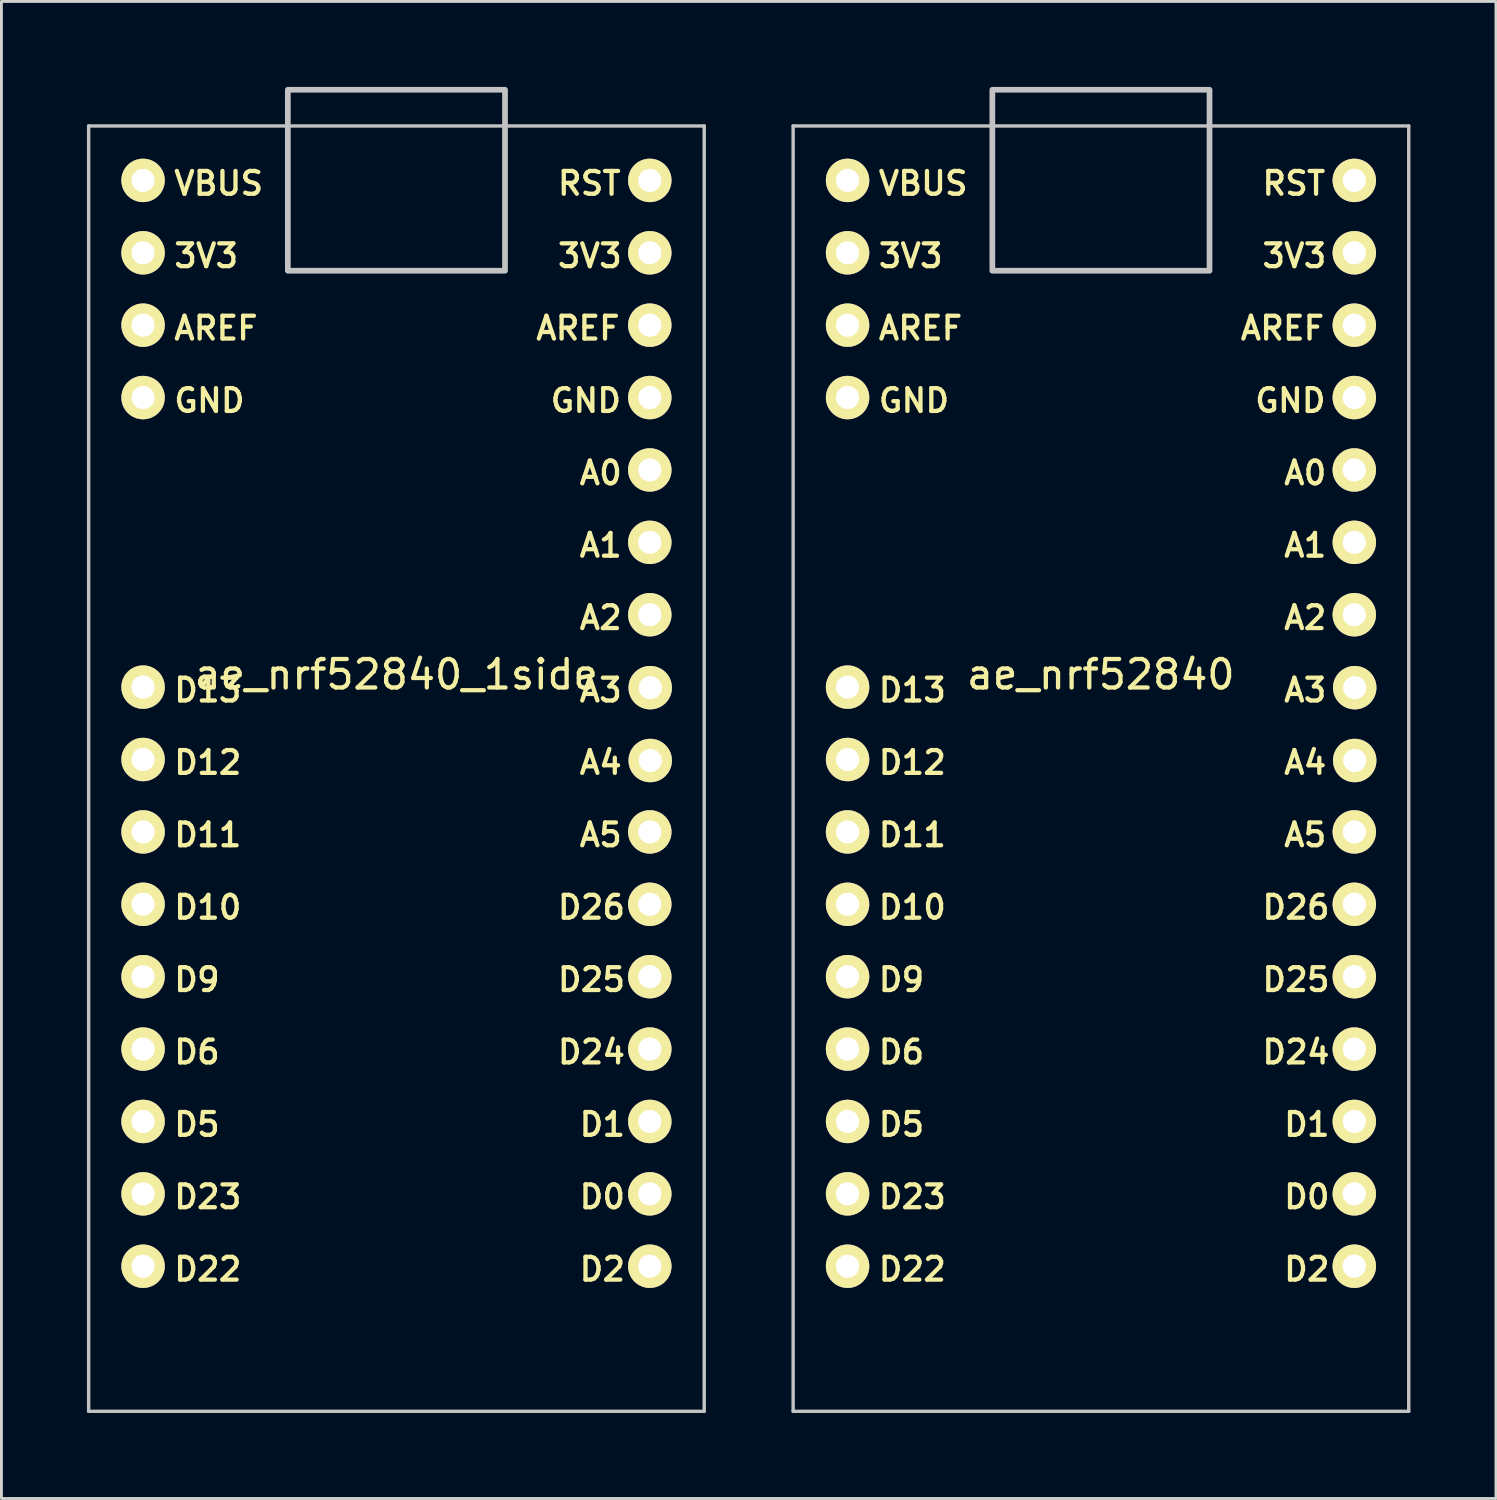
<source format=kicad_pcb>
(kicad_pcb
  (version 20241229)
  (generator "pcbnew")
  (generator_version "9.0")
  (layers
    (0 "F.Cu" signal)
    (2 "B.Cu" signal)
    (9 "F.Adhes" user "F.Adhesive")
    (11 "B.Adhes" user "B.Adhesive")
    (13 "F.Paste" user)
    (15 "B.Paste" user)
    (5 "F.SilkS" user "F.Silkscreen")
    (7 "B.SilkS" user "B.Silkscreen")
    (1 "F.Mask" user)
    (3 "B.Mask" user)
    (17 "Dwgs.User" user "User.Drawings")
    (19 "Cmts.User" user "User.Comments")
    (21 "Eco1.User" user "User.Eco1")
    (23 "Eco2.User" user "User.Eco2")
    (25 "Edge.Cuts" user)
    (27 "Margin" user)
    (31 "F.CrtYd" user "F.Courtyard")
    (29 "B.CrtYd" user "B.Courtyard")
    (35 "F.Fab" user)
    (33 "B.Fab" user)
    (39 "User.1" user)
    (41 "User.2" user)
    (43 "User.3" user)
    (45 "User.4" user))
  (footprint "ae_nrf52840"
    (layer "F.Cu")
    (at 35.575 22.396)
    (property "Reference" "ae_nrf52840" (at 0 -1.778 0) (unlocked yes) (layer "F.SilkS") (effects (font (size 1 1) (thickness 0.15))))
    (attr smd)
    (fp_line (start -10.795 -21.026) (end 10.805 -21.026) (stroke (width 0.12) (type default)) (layer "Dwgs.User"))
    (fp_line (start -10.795 24.074) (end -10.795 -21.026) (stroke (width 0.12) (type default)) (layer "Dwgs.User"))
    (fp_line (start 10.805 -21.026) (end 10.805 24.074) (stroke (width 0.12) (type default)) (layer "Dwgs.User"))
    (fp_line (start 10.805 24.074) (end -10.795 24.074) (stroke (width 0.12) (type default)) (layer "Dwgs.User"))
    (fp_rect (start 3.815 -15.946) (end -3.805 -22.296) (stroke (width 0.2) (type default)) (fill no) (layer "Dwgs.User"))
    (fp_text user "D0" (at 6.35 17.018 0) (unlocked yes) (layer "F.SilkS") (effects (font (size 0.8 0.8) (thickness 0.15)) (justify left bottom)))
    (fp_text user "D26" (at 5.588 6.858 0) (unlocked yes) (layer "F.SilkS") (effects (font (size 0.8 0.8) (thickness 0.15)) (justify left bottom)))
    (fp_text user "D22" (at -7.874 19.558 0) (unlocked yes) (layer "F.SilkS") (effects (font (size 0.8 0.8) (thickness 0.15)) (justify left bottom)))
    (fp_text user "D11" (at -7.874 4.318 0) (unlocked yes) (layer "F.SilkS") (effects (font (size 0.8 0.8) (thickness 0.15)) (justify left bottom)))
    (fp_text user "D6" (at -7.874 11.938 0) (unlocked yes) (layer "F.SilkS") (effects (font (size 0.8 0.8) (thickness 0.15)) (justify left bottom)))
    (fp_text user "D12" (at -7.874 1.778 0) (unlocked yes) (layer "F.SilkS") (effects (font (size 0.8 0.8) (thickness 0.15)) (justify left bottom)))
    (fp_text user "RST" (at 5.588 -18.542 0) (unlocked yes) (layer "F.SilkS") (effects (font (size 0.8 0.8) (thickness 0.15)) (justify left bottom)))
    (fp_text user "GND" (at 5.334 -10.922 0) (unlocked yes) (layer "F.SilkS") (effects (font (size 0.8 0.8) (thickness 0.15)) (justify left bottom)))
    (fp_text user "D2" (at 6.35 19.558 0) (unlocked yes) (layer "F.SilkS") (effects (font (size 0.8 0.8) (thickness 0.15)) (justify left bottom)))
    (fp_text user "3V3" (at 5.588 -16.002 0) (unlocked yes) (layer "F.SilkS") (effects (font (size 0.8 0.8) (thickness 0.15)) (justify left bottom)))
    (fp_text user "A0" (at 6.35 -8.382 0) (unlocked yes) (layer "F.SilkS") (effects (font (size 0.8 0.8) (thickness 0.15)) (justify left bottom)))
    (fp_text user "D1" (at 6.35 14.478 0) (unlocked yes) (layer "F.SilkS") (effects (font (size 0.8 0.8) (thickness 0.15)) (justify left bottom)))
    (fp_text user "D13" (at -7.874 -0.762 0) (unlocked yes) (layer "F.SilkS") (effects (font (size 0.8 0.8) (thickness 0.15)) (justify left bottom)))
    (fp_text user "D23" (at -7.874 17.018 0) (unlocked yes) (layer "F.SilkS") (effects (font (size 0.8 0.8) (thickness 0.15)) (justify left bottom)))
    (fp_text user "D10" (at -7.874 6.858 0) (unlocked yes) (layer "F.SilkS") (effects (font (size 0.8 0.8) (thickness 0.15)) (justify left bottom)))
    (fp_text user "A5" (at 6.35 4.318 0) (unlocked yes) (layer "F.SilkS") (effects (font (size 0.8 0.8) (thickness 0.15)) (justify left bottom)))
    (fp_text user "3V3" (at -7.874 -16.002 0) (unlocked yes) (layer "F.SilkS") (effects (font (size 0.8 0.8) (thickness 0.15)) (justify left bottom)))
    (fp_text user "VBUS" (at -7.874 -18.542 0) (unlocked yes) (layer "F.SilkS") (effects (font (size 0.8 0.8) (thickness 0.15)) (justify left bottom)))
    (fp_text user "A1" (at 6.35 -5.842 0) (unlocked yes) (layer "F.SilkS") (effects (font (size 0.8 0.8) (thickness 0.15)) (justify left bottom)))
    (fp_text user "GND" (at -7.874 -10.922 0) (unlocked yes) (layer "F.SilkS") (effects (font (size 0.8 0.8) (thickness 0.15)) (justify left bottom)))
    (fp_text user "AREF" (at 4.826 -13.462 0) (unlocked yes) (layer "F.SilkS") (effects (font (size 0.8 0.8) (thickness 0.15)) (justify left bottom)))
    (fp_text user "A4" (at 6.35 1.778 0) (unlocked yes) (layer "F.SilkS") (effects (font (size 0.8 0.8) (thickness 0.15)) (justify left bottom)))
    (fp_text user "D5" (at -7.874 14.478 0) (unlocked yes) (layer "F.SilkS") (effects (font (size 0.8 0.8) (thickness 0.15)) (justify left bottom)))
    (fp_text user "D25" (at 5.588 9.398 0) (unlocked yes) (layer "F.SilkS") (effects (font (size 0.8 0.8) (thickness 0.15)) (justify left bottom)))
    (fp_text user "AREF" (at -7.874 -13.462 0) (unlocked yes) (layer "F.SilkS") (effects (font (size 0.8 0.8) (thickness 0.15)) (justify left bottom)))
    (fp_text user "D24" (at 5.588 11.938 0) (unlocked yes) (layer "F.SilkS") (effects (font (size 0.8 0.8) (thickness 0.15)) (justify left bottom)))
    (fp_text user "A2" (at 6.35 -3.302 0) (unlocked yes) (layer "F.SilkS") (effects (font (size 0.8 0.8) (thickness 0.15)) (justify left bottom)))
    (fp_text user "D9" (at -7.874 9.398 0) (unlocked yes) (layer "F.SilkS") (effects (font (size 0.8 0.8) (thickness 0.15)) (justify left bottom)))
    (fp_text user "A3" (at 6.35 -0.762 0) (unlocked yes) (layer "F.SilkS") (effects (font (size 0.8 0.8) (thickness 0.15)) (justify left bottom)))
    (pad "1" thru_hole circle (at 8.895 -19.116 180) (size 1.524 1.524) (drill 0.813) (layers "*.Cu" "B.Mask" "F.SilkS"))
    (pad "2" thru_hole circle (at 8.895 -16.576 180) (size 1.524 1.524) (drill 0.813) (layers "*.Cu" "B.Mask" "F.SilkS"))
    (pad "3" thru_hole circle (at 8.895 -14.036 180) (size 1.524 1.524) (drill 0.813) (layers "*.Cu" "B.Mask" "F.SilkS"))
    (pad "4" thru_hole circle (at 8.895 -11.496 180) (size 1.524 1.524) (drill 0.813) (layers "*.Cu" "B.Mask" "F.SilkS"))
    (pad "5" thru_hole circle (at 8.895 -8.956 180) (size 1.524 1.524) (drill 0.813) (layers "*.Cu" "B.Mask" "F.SilkS"))
    (pad "6" thru_hole circle (at 8.895 -6.416 180) (size 1.524 1.524) (drill 0.813) (layers "*.Cu" "B.Mask" "F.SilkS"))
    (pad "7" thru_hole circle (at 8.895 -3.876 180) (size 1.524 1.524) (drill 0.813) (layers "*.Cu" "B.Mask" "F.SilkS"))
    (pad "8" thru_hole circle (at 8.91 -1.317 180) (size 1.524 1.524) (drill 0.813) (layers "*.Cu" "B.Mask" "F.SilkS"))
    (pad "9" thru_hole circle (at 8.91 1.239 180) (size 1.524 1.524) (drill 0.813) (layers "*.Cu" "B.Mask" "F.SilkS"))
    (pad "10" thru_hole circle (at 8.895 3.744 180) (size 1.524 1.524) (drill 0.813) (layers "*.Cu" "B.Mask" "F.SilkS"))
    (pad "11" thru_hole circle (at 8.895 6.284 180) (size 1.524 1.524) (drill 0.813) (layers "*.Cu" "B.Mask" "F.SilkS"))
    (pad "12" thru_hole circle (at 8.895 8.824 180) (size 1.524 1.524) (drill 0.813) (layers "*.Cu" "B.Mask" "F.SilkS"))
    (pad "13" thru_hole circle (at 8.895 11.364 180) (size 1.524 1.524) (drill 0.813) (layers "*.Cu" "B.Mask" "F.SilkS"))
    (pad "14" thru_hole circle (at 8.895 13.904 180) (size 1.524 1.524) (drill 0.813) (layers "*.Cu" "B.Mask" "F.SilkS"))
    (pad "15" thru_hole circle (at 8.895 16.444 180) (size 1.524 1.524) (drill 0.813) (layers "*.Cu" "B.Mask" "F.SilkS"))
    (pad "16" thru_hole circle (at 8.895 18.984 180) (size 1.524 1.524) (drill 0.813) (layers "*.Cu" "B.Mask" "F.SilkS"))
    (pad "17" thru_hole circle (at -8.885 -19.116 180) (size 1.524 1.524) (drill 0.813) (layers "*.Cu" "B.Mask" "F.SilkS"))
    (pad "18" thru_hole circle (at -8.885 -16.576 180) (size 1.524 1.524) (drill 0.813) (layers "*.Cu" "B.Mask" "F.SilkS"))
    (pad "19" thru_hole circle (at -8.885 -14.036 180) (size 1.524 1.524) (drill 0.813) (layers "*.Cu" "B.Mask" "F.SilkS"))
    (pad "20" thru_hole circle (at -8.885 -11.496 180) (size 1.524 1.524) (drill 0.813) (layers "*.Cu" "B.Mask" "F.SilkS"))
    (pad "21" thru_hole circle (at -8.885 -1.336 180) (size 1.524 1.524) (drill 0.813) (layers "*.Cu" "B.Mask" "F.SilkS"))
    (pad "22" thru_hole circle (at -8.885 1.204 180) (size 1.524 1.524) (drill 0.813) (layers "*.Cu" "B.Mask" "F.SilkS"))
    (pad "23" thru_hole circle (at -8.885 3.744 180) (size 1.524 1.524) (drill 0.813) (layers "*.Cu" "B.Mask" "F.SilkS"))
    (pad "24" thru_hole circle (at -8.885 6.284 180) (size 1.524 1.524) (drill 0.813) (layers "*.Cu" "B.Mask" "F.SilkS"))
    (pad "25" thru_hole circle (at -8.885 8.824 180) (size 1.524 1.524) (drill 0.813) (layers "*.Cu" "B.Mask" "F.SilkS"))
    (pad "26" thru_hole circle (at -8.885 11.364 180) (size 1.524 1.524) (drill 0.813) (layers "*.Cu" "B.Mask" "F.SilkS"))
    (pad "27" thru_hole circle (at -8.885 13.904 180) (size 1.524 1.524) (drill 0.813) (layers "*.Cu" "B.Mask" "F.SilkS"))
    (pad "28" thru_hole circle (at -8.885 16.444 180) (size 1.524 1.524) (drill 0.813) (layers "*.Cu" "B.Mask" "F.SilkS"))
    (pad "29" thru_hole circle (at -8.885 18.984 180) (size 1.524 1.524) (drill 0.813) (layers "*.Cu" "B.Mask" "F.SilkS")))
  (footprint "ae_nrf52840_1side"
    (layer "F.Cu")
    (at 10.855 22.396)
    (property "Reference" "ae_nrf52840_1side" (at 0 -1.778 0) (unlocked yes) (layer "F.SilkS") (effects (font (size 1 1) (thickness 0.15))))
    (attr smd)
    (fp_line (start -10.795 -21.026) (end 10.805 -21.026) (stroke (width 0.12) (type default)) (layer "Dwgs.User"))
    (fp_line (start -10.795 24.074) (end -10.795 -21.026) (stroke (width 0.12) (type default)) (layer "Dwgs.User"))
    (fp_line (start 10.805 -21.026) (end 10.805 24.074) (stroke (width 0.12) (type default)) (layer "Dwgs.User"))
    (fp_line (start 10.805 24.074) (end -10.795 24.074) (stroke (width 0.12) (type default)) (layer "Dwgs.User"))
    (fp_rect (start 3.815 -15.946) (end -3.805 -22.296) (stroke (width 0.2) (type default)) (fill no) (layer "Dwgs.User"))
    (fp_text user "VBUS" (at -7.874 -18.542 0) (unlocked yes) (layer "F.SilkS") (effects (font (size 0.8 0.8) (thickness 0.15)) (justify left bottom)))
    (fp_text user "D22" (at -7.874 19.558 0) (unlocked yes) (layer "F.SilkS") (effects (font (size 0.8 0.8) (thickness 0.15)) (justify left bottom)))
    (fp_text user "D2" (at 6.35 19.558 0) (unlocked yes) (layer "F.SilkS") (effects (font (size 0.8 0.8) (thickness 0.15)) (justify left bottom)))
    (fp_text user "A2" (at 6.35 -3.302 0) (unlocked yes) (layer "F.SilkS") (effects (font (size 0.8 0.8) (thickness 0.15)) (justify left bottom)))
    (fp_text user "3V3" (at -7.874 -16.002 0) (unlocked yes) (layer "F.SilkS") (effects (font (size 0.8 0.8) (thickness 0.15)) (justify left bottom)))
    (fp_text user "AREF" (at 4.826 -13.462 0) (unlocked yes) (layer "F.SilkS") (effects (font (size 0.8 0.8) (thickness 0.15)) (justify left bottom)))
    (fp_text user "D6" (at -7.874 11.938 0) (unlocked yes) (layer "F.SilkS") (effects (font (size 0.8 0.8) (thickness 0.15)) (justify left bottom)))
    (fp_text user "A1" (at 6.35 -5.842 0) (unlocked yes) (layer "F.SilkS") (effects (font (size 0.8 0.8) (thickness 0.15)) (justify left bottom)))
    (fp_text user "D24" (at 5.588 11.938 0) (unlocked yes) (layer "F.SilkS") (effects (font (size 0.8 0.8) (thickness 0.15)) (justify left bottom)))
    (fp_text user "A5" (at 6.35 4.318 0) (unlocked yes) (layer "F.SilkS") (effects (font (size 0.8 0.8) (thickness 0.15)) (justify left bottom)))
    (fp_text user "D0" (at 6.35 17.018 0) (unlocked yes) (layer "F.SilkS") (effects (font (size 0.8 0.8) (thickness 0.15)) (justify left bottom)))
    (fp_text user "D9" (at -7.874 9.398 0) (unlocked yes) (layer "F.SilkS") (effects (font (size 0.8 0.8) (thickness 0.15)) (justify left bottom)))
    (fp_text user "A0" (at 6.35 -8.382 0) (unlocked yes) (layer "F.SilkS") (effects (font (size 0.8 0.8) (thickness 0.15)) (justify left bottom)))
    (fp_text user "D25" (at 5.588 9.398 0) (unlocked yes) (layer "F.SilkS") (effects (font (size 0.8 0.8) (thickness 0.15)) (justify left bottom)))
    (fp_text user "A3" (at 6.35 -0.762 0) (unlocked yes) (layer "F.SilkS") (effects (font (size 0.8 0.8) (thickness 0.15)) (justify left bottom)))
    (fp_text user "GND" (at -7.874 -10.922 0) (unlocked yes) (layer "F.SilkS") (effects (font (size 0.8 0.8) (thickness 0.15)) (justify left bottom)))
    (fp_text user "A4" (at 6.35 1.778 0) (unlocked yes) (layer "F.SilkS") (effects (font (size 0.8 0.8) (thickness 0.15)) (justify left bottom)))
    (fp_text user "3V3" (at 5.588 -16.002 0) (unlocked yes) (layer "F.SilkS") (effects (font (size 0.8 0.8) (thickness 0.15)) (justify left bottom)))
    (fp_text user "D10" (at -7.874 6.858 0) (unlocked yes) (layer "F.SilkS") (effects (font (size 0.8 0.8) (thickness 0.15)) (justify left bottom)))
    (fp_text user "D1" (at 6.35 14.478 0) (unlocked yes) (layer "F.SilkS") (effects (font (size 0.8 0.8) (thickness 0.15)) (justify left bottom)))
    (fp_text user "D12" (at -7.874 1.778 0) (unlocked yes) (layer "F.SilkS") (effects (font (size 0.8 0.8) (thickness 0.15)) (justify left bottom)))
    (fp_text user "D26" (at 5.588 6.858 0) (unlocked yes) (layer "F.SilkS") (effects (font (size 0.8 0.8) (thickness 0.15)) (justify left bottom)))
    (fp_text user "D11" (at -7.874 4.318 0) (unlocked yes) (layer "F.SilkS") (effects (font (size 0.8 0.8) (thickness 0.15)) (justify left bottom)))
    (fp_text user "GND" (at 5.334 -10.922 0) (unlocked yes) (layer "F.SilkS") (effects (font (size 0.8 0.8) (thickness 0.15)) (justify left bottom)))
    (fp_text user "D13" (at -7.874 -0.762 0) (unlocked yes) (layer "F.SilkS") (effects (font (size 0.8 0.8) (thickness 0.15)) (justify left bottom)))
    (fp_text user "D23" (at -7.874 17.018 0) (unlocked yes) (layer "F.SilkS") (effects (font (size 0.8 0.8) (thickness 0.15)) (justify left bottom)))
    (fp_text user "RST" (at 5.588 -18.542 0) (unlocked yes) (layer "F.SilkS") (effects (font (size 0.8 0.8) (thickness 0.15)) (justify left bottom)))
    (fp_text user "AREF" (at -7.874 -13.462 0) (unlocked yes) (layer "F.SilkS") (effects (font (size 0.8 0.8) (thickness 0.15)) (justify left bottom)))
    (fp_text user "D5" (at -7.874 14.478 0) (unlocked yes) (layer "F.SilkS") (effects (font (size 0.8 0.8) (thickness 0.15)) (justify left bottom)))
    (pad "1" thru_hole circle (at 8.895 -19.116 180) (size 1.524 1.524) (drill 0.813) (layers "*.Cu" "B.Mask" "F.SilkS"))
    (pad "2" thru_hole circle (at 8.895 -16.576 180) (size 1.524 1.524) (drill 0.813) (layers "*.Cu" "B.Mask" "F.SilkS"))
    (pad "3" thru_hole circle (at 8.895 -14.036 180) (size 1.524 1.524) (drill 0.813) (layers "*.Cu" "B.Mask" "F.SilkS"))
    (pad "4" thru_hole circle (at 8.895 -11.496 180) (size 1.524 1.524) (drill 0.813) (layers "*.Cu" "B.Mask" "F.SilkS"))
    (pad "5" thru_hole circle (at 8.895 -8.956 180) (size 1.524 1.524) (drill 0.813) (layers "*.Cu" "B.Mask" "F.SilkS"))
    (pad "6" thru_hole circle (at 8.895 -6.416 180) (size 1.524 1.524) (drill 0.813) (layers "*.Cu" "B.Mask" "F.SilkS"))
    (pad "7" thru_hole circle (at 8.895 -3.876 180) (size 1.524 1.524) (drill 0.813) (layers "*.Cu" "B.Mask" "F.SilkS"))
    (pad "8" thru_hole circle (at 8.91 -1.317 180) (size 1.524 1.524) (drill 0.813) (layers "*.Cu" "B.Mask" "F.SilkS"))
    (pad "9" thru_hole circle (at 8.91 1.239 180) (size 1.524 1.524) (drill 0.813) (layers "*.Cu" "B.Mask" "F.SilkS"))
    (pad "10" thru_hole circle (at 8.895 3.744 180) (size 1.524 1.524) (drill 0.813) (layers "*.Cu" "B.Mask" "F.SilkS"))
    (pad "11" thru_hole circle (at 8.895 6.284 180) (size 1.524 1.524) (drill 0.813) (layers "*.Cu" "B.Mask" "F.SilkS"))
    (pad "12" thru_hole circle (at 8.895 8.824 180) (size 1.524 1.524) (drill 0.813) (layers "*.Cu" "B.Mask" "F.SilkS"))
    (pad "13" thru_hole circle (at 8.895 11.364 180) (size 1.524 1.524) (drill 0.813) (layers "*.Cu" "B.Mask" "F.SilkS"))
    (pad "14" thru_hole circle (at 8.895 13.904 180) (size 1.524 1.524) (drill 0.813) (layers "*.Cu" "B.Mask" "F.SilkS"))
    (pad "15" thru_hole circle (at 8.895 16.444 180) (size 1.524 1.524) (drill 0.813) (layers "*.Cu" "B.Mask" "F.SilkS"))
    (pad "16" thru_hole circle (at 8.895 18.984 180) (size 1.524 1.524) (drill 0.813) (layers "*.Cu" "B.Mask" "F.SilkS"))
    (pad "17" thru_hole circle (at -8.885 -19.116 180) (size 1.524 1.524) (drill 0.813) (layers "*.Cu" "B.Mask" "F.SilkS"))
    (pad "18" thru_hole circle (at -8.885 -16.576 180) (size 1.524 1.524) (drill 0.813) (layers "*.Cu" "B.Mask" "F.SilkS"))
    (pad "19" thru_hole circle (at -8.885 -14.036 180) (size 1.524 1.524) (drill 0.813) (layers "*.Cu" "B.Mask" "F.SilkS"))
    (pad "20" thru_hole circle (at -8.885 -11.496 180) (size 1.524 1.524) (drill 0.813) (layers "*.Cu" "B.Mask" "F.SilkS"))
    (pad "21" thru_hole circle (at -8.885 -1.336 180) (size 1.524 1.524) (drill 0.813) (layers "*.Cu" "B.Mask" "F.SilkS"))
    (pad "22" thru_hole circle (at -8.885 1.204 180) (size 1.524 1.524) (drill 0.813) (layers "*.Cu" "B.Mask" "F.SilkS"))
    (pad "23" thru_hole circle (at -8.885 3.744 180) (size 1.524 1.524) (drill 0.813) (layers "*.Cu" "B.Mask" "F.SilkS"))
    (pad "24" thru_hole circle (at -8.885 6.284 180) (size 1.524 1.524) (drill 0.813) (layers "*.Cu" "B.Mask" "F.SilkS"))
    (pad "25" thru_hole circle (at -8.885 8.824 180) (size 1.524 1.524) (drill 0.813) (layers "*.Cu" "B.Mask" "F.SilkS"))
    (pad "26" thru_hole circle (at -8.885 11.364 180) (size 1.524 1.524) (drill 0.813) (layers "*.Cu" "B.Mask" "F.SilkS"))
    (pad "27" thru_hole circle (at -8.885 13.904 180) (size 1.524 1.524) (drill 0.813) (layers "*.Cu" "B.Mask" "F.SilkS"))
    (pad "28" thru_hole circle (at -8.885 16.444 180) (size 1.524 1.524) (drill 0.813) (layers "*.Cu" "B.Mask" "F.SilkS"))
    (pad "29" thru_hole circle (at -8.885 18.984 180) (size 1.524 1.524) (drill 0.813) (layers "*.Cu" "B.Mask" "F.SilkS")))
  (gr_rect
    (start -3 -3)
    (end 49.44 49.53)
    (stroke (width 0.1) (type default))
    (fill no)
    (layer "Edge.Cuts")))
</source>
